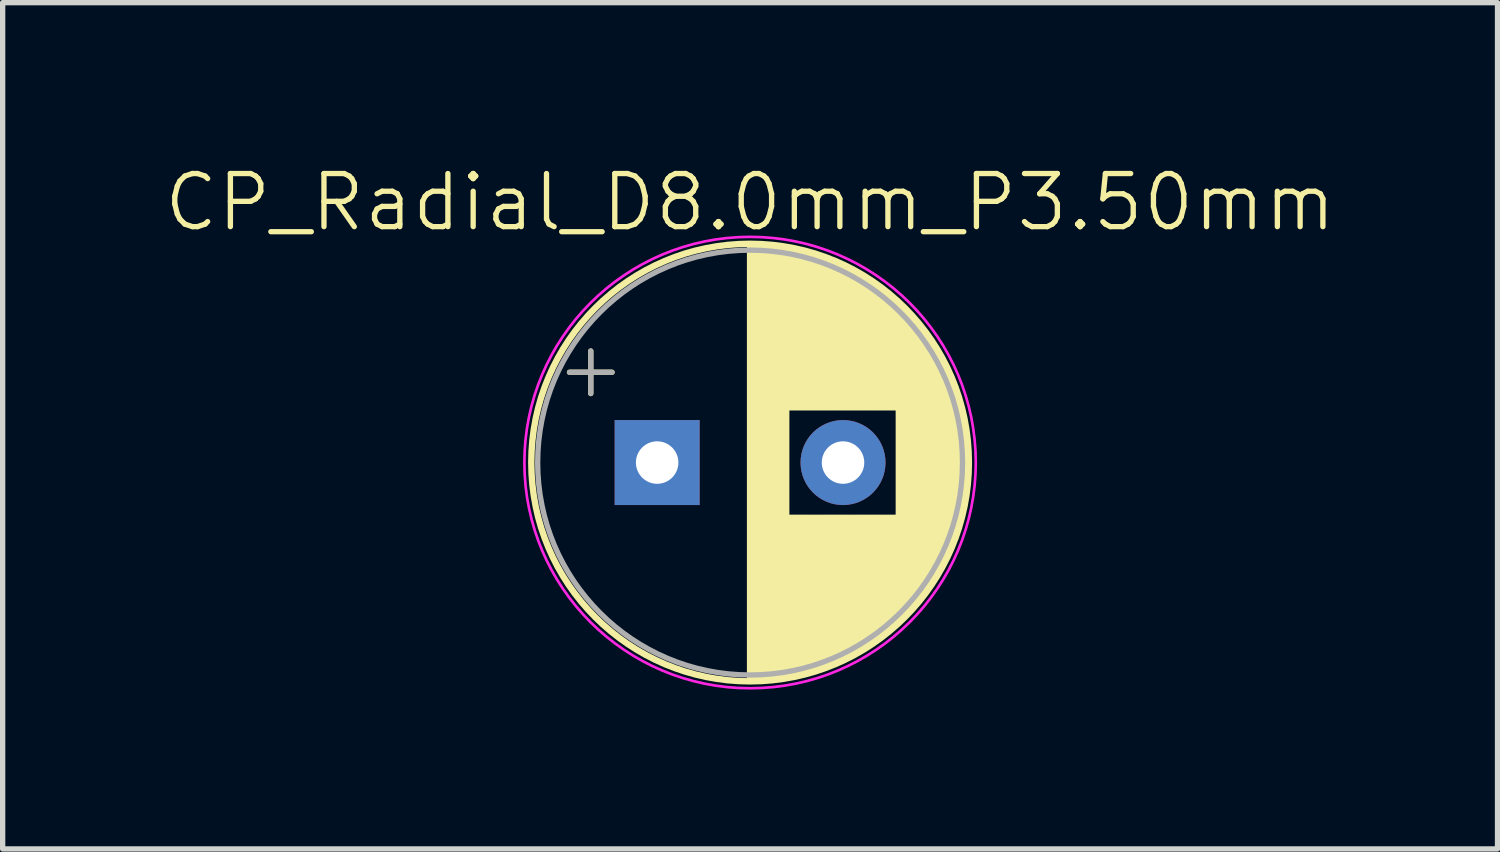
<source format=kicad_pcb>
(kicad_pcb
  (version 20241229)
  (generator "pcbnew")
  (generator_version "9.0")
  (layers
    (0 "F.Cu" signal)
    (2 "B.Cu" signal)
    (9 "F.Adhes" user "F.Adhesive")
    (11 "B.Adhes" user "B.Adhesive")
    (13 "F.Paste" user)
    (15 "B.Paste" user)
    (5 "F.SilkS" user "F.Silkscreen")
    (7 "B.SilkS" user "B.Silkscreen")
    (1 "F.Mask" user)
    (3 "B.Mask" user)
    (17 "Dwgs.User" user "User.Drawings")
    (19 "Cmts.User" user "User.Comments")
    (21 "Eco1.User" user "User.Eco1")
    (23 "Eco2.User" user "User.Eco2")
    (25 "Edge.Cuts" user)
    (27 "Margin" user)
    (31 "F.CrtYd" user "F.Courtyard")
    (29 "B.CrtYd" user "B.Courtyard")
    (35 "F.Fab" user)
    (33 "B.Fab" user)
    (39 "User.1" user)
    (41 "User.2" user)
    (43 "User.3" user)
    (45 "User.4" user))
  (footprint "CP_Radial_D8.0mm_P3.50mm"
    (layer "F.Cu")
    (at 11.074 5.66)
    (property "Reference" "CP_Radial_D8.0mm_P3.50mm" (at 0 -4.9 0) (layer "F.SilkS") (effects (font (size 1 1) (thickness 0.1))))
    (attr through_hole)
    (fp_line (start -3.4 -1.7) (end -2.6 -1.7) (stroke (width 0.1) (type solid)) (layer "F.SilkS"))
    (fp_line (start -3 -2.1) (end -3 -1.3) (stroke (width 0.1) (type solid)) (layer "F.SilkS"))
    (fp_line (start 0 -4.08) (end 0 4.08) (stroke (width 0.12) (type solid)) (layer "F.SilkS"))
    (fp_line (start 0.04 -4.08) (end 0.04 4.08) (stroke (width 0.12) (type solid)) (layer "F.SilkS"))
    (fp_line (start 0.08 -4.08) (end 0.08 4.08) (stroke (width 0.12) (type solid)) (layer "F.SilkS"))
    (fp_line (start 0.12 -4.079) (end 0.12 4.079) (stroke (width 0.12) (type solid)) (layer "F.SilkS"))
    (fp_line (start 0.16 -4.077) (end 0.16 4.077) (stroke (width 0.12) (type solid)) (layer "F.SilkS"))
    (fp_line (start 0.2 -4.076) (end 0.2 4.076) (stroke (width 0.12) (type solid)) (layer "F.SilkS"))
    (fp_line (start 0.24 -4.074) (end 0.24 4.074) (stroke (width 0.12) (type solid)) (layer "F.SilkS"))
    (fp_line (start 0.28 -4.071) (end 0.28 4.071) (stroke (width 0.12) (type solid)) (layer "F.SilkS"))
    (fp_line (start 0.32 -4.068) (end 0.32 4.068) (stroke (width 0.12) (type solid)) (layer "F.SilkS"))
    (fp_line (start 0.36 -4.065) (end 0.36 4.065) (stroke (width 0.12) (type solid)) (layer "F.SilkS"))
    (fp_line (start 0.4 -4.061) (end 0.4 4.061) (stroke (width 0.12) (type solid)) (layer "F.SilkS"))
    (fp_line (start 0.44 -4.057) (end 0.44 4.057) (stroke (width 0.12) (type solid)) (layer "F.SilkS"))
    (fp_line (start 0.48 -4.052) (end 0.48 4.052) (stroke (width 0.12) (type solid)) (layer "F.SilkS"))
    (fp_line (start 0.52 -4.048) (end 0.52 4.048) (stroke (width 0.12) (type solid)) (layer "F.SilkS"))
    (fp_line (start 0.56 -4.042) (end 0.56 4.042) (stroke (width 0.12) (type solid)) (layer "F.SilkS"))
    (fp_line (start 0.6 -4.037) (end 0.6 4.037) (stroke (width 0.12) (type solid)) (layer "F.SilkS"))
    (fp_line (start 0.64 -4.03) (end 0.64 4.03) (stroke (width 0.12) (type solid)) (layer "F.SilkS"))
    (fp_line (start 0.68 -4.024) (end 0.68 4.024) (stroke (width 0.12) (type solid)) (layer "F.SilkS"))
    (fp_line (start 0.721 -4.017) (end 0.721 -1.04) (stroke (width 0.12) (type solid)) (layer "F.SilkS"))
    (fp_line (start 0.721 1.04) (end 0.721 4.017) (stroke (width 0.12) (type solid)) (layer "F.SilkS"))
    (fp_line (start 0.761 -4.01) (end 0.761 -1.04) (stroke (width 0.12) (type solid)) (layer "F.SilkS"))
    (fp_line (start 0.761 1.04) (end 0.761 4.01) (stroke (width 0.12) (type solid)) (layer "F.SilkS"))
    (fp_line (start 0.801 -4.002) (end 0.801 -1.04) (stroke (width 0.12) (type solid)) (layer "F.SilkS"))
    (fp_line (start 0.801 1.04) (end 0.801 4.002) (stroke (width 0.12) (type solid)) (layer "F.SilkS"))
    (fp_line (start 0.841 -3.994) (end 0.841 -1.04) (stroke (width 0.12) (type solid)) (layer "F.SilkS"))
    (fp_line (start 0.841 1.04) (end 0.841 3.994) (stroke (width 0.12) (type solid)) (layer "F.SilkS"))
    (fp_line (start 0.881 -3.985) (end 0.881 -1.04) (stroke (width 0.12) (type solid)) (layer "F.SilkS"))
    (fp_line (start 0.881 1.04) (end 0.881 3.985) (stroke (width 0.12) (type solid)) (layer "F.SilkS"))
    (fp_line (start 0.921 -3.976) (end 0.921 -1.04) (stroke (width 0.12) (type solid)) (layer "F.SilkS"))
    (fp_line (start 0.921 1.04) (end 0.921 3.976) (stroke (width 0.12) (type solid)) (layer "F.SilkS"))
    (fp_line (start 0.961 -3.967) (end 0.961 -1.04) (stroke (width 0.12) (type solid)) (layer "F.SilkS"))
    (fp_line (start 0.961 1.04) (end 0.961 3.967) (stroke (width 0.12) (type solid)) (layer "F.SilkS"))
    (fp_line (start 1.001 -3.957) (end 1.001 -1.04) (stroke (width 0.12) (type solid)) (layer "F.SilkS"))
    (fp_line (start 1.001 1.04) (end 1.001 3.957) (stroke (width 0.12) (type solid)) (layer "F.SilkS"))
    (fp_line (start 1.041 -3.947) (end 1.041 -1.04) (stroke (width 0.12) (type solid)) (layer "F.SilkS"))
    (fp_line (start 1.041 1.04) (end 1.041 3.947) (stroke (width 0.12) (type solid)) (layer "F.SilkS"))
    (fp_line (start 1.081 -3.936) (end 1.081 -1.04) (stroke (width 0.12) (type solid)) (layer "F.SilkS"))
    (fp_line (start 1.081 1.04) (end 1.081 3.936) (stroke (width 0.12) (type solid)) (layer "F.SilkS"))
    (fp_line (start 1.121 -3.925) (end 1.121 -1.04) (stroke (width 0.12) (type solid)) (layer "F.SilkS"))
    (fp_line (start 1.121 1.04) (end 1.121 3.925) (stroke (width 0.12) (type solid)) (layer "F.SilkS"))
    (fp_line (start 1.161 -3.914) (end 1.161 -1.04) (stroke (width 0.12) (type solid)) (layer "F.SilkS"))
    (fp_line (start 1.161 1.04) (end 1.161 3.914) (stroke (width 0.12) (type solid)) (layer "F.SilkS"))
    (fp_line (start 1.201 -3.902) (end 1.201 -1.04) (stroke (width 0.12) (type solid)) (layer "F.SilkS"))
    (fp_line (start 1.201 1.04) (end 1.201 3.902) (stroke (width 0.12) (type solid)) (layer "F.SilkS"))
    (fp_line (start 1.241 -3.889) (end 1.241 -1.04) (stroke (width 0.12) (type solid)) (layer "F.SilkS"))
    (fp_line (start 1.241 1.04) (end 1.241 3.889) (stroke (width 0.12) (type solid)) (layer "F.SilkS"))
    (fp_line (start 1.281 -3.877) (end 1.281 -1.04) (stroke (width 0.12) (type solid)) (layer "F.SilkS"))
    (fp_line (start 1.281 1.04) (end 1.281 3.877) (stroke (width 0.12) (type solid)) (layer "F.SilkS"))
    (fp_line (start 1.321 -3.863) (end 1.321 -1.04) (stroke (width 0.12) (type solid)) (layer "F.SilkS"))
    (fp_line (start 1.321 1.04) (end 1.321 3.863) (stroke (width 0.12) (type solid)) (layer "F.SilkS"))
    (fp_line (start 1.361 -3.85) (end 1.361 -1.04) (stroke (width 0.12) (type solid)) (layer "F.SilkS"))
    (fp_line (start 1.361 1.04) (end 1.361 3.85) (stroke (width 0.12) (type solid)) (layer "F.SilkS"))
    (fp_line (start 1.401 -3.835) (end 1.401 -1.04) (stroke (width 0.12) (type solid)) (layer "F.SilkS"))
    (fp_line (start 1.401 1.04) (end 1.401 3.835) (stroke (width 0.12) (type solid)) (layer "F.SilkS"))
    (fp_line (start 1.441 -3.821) (end 1.441 -1.04) (stroke (width 0.12) (type solid)) (layer "F.SilkS"))
    (fp_line (start 1.441 1.04) (end 1.441 3.821) (stroke (width 0.12) (type solid)) (layer "F.SilkS"))
    (fp_line (start 1.481 -3.805) (end 1.481 -1.04) (stroke (width 0.12) (type solid)) (layer "F.SilkS"))
    (fp_line (start 1.481 1.04) (end 1.481 3.805) (stroke (width 0.12) (type solid)) (layer "F.SilkS"))
    (fp_line (start 1.521 -3.79) (end 1.521 -1.04) (stroke (width 0.12) (type solid)) (layer "F.SilkS"))
    (fp_line (start 1.521 1.04) (end 1.521 3.79) (stroke (width 0.12) (type solid)) (layer "F.SilkS"))
    (fp_line (start 1.561 -3.774) (end 1.561 -1.04) (stroke (width 0.12) (type solid)) (layer "F.SilkS"))
    (fp_line (start 1.561 1.04) (end 1.561 3.774) (stroke (width 0.12) (type solid)) (layer "F.SilkS"))
    (fp_line (start 1.601 -3.757) (end 1.601 -1.04) (stroke (width 0.12) (type solid)) (layer "F.SilkS"))
    (fp_line (start 1.601 1.04) (end 1.601 3.757) (stroke (width 0.12) (type solid)) (layer "F.SilkS"))
    (fp_line (start 1.641 -3.74) (end 1.641 -1.04) (stroke (width 0.12) (type solid)) (layer "F.SilkS"))
    (fp_line (start 1.641 1.04) (end 1.641 3.74) (stroke (width 0.12) (type solid)) (layer "F.SilkS"))
    (fp_line (start 1.681 -3.722) (end 1.681 -1.04) (stroke (width 0.12) (type solid)) (layer "F.SilkS"))
    (fp_line (start 1.681 1.04) (end 1.681 3.722) (stroke (width 0.12) (type solid)) (layer "F.SilkS"))
    (fp_line (start 1.721 -3.704) (end 1.721 -1.04) (stroke (width 0.12) (type solid)) (layer "F.SilkS"))
    (fp_line (start 1.721 1.04) (end 1.721 3.704) (stroke (width 0.12) (type solid)) (layer "F.SilkS"))
    (fp_line (start 1.761 -3.686) (end 1.761 -1.04) (stroke (width 0.12) (type solid)) (layer "F.SilkS"))
    (fp_line (start 1.761 1.04) (end 1.761 3.686) (stroke (width 0.12) (type solid)) (layer "F.SilkS"))
    (fp_line (start 1.801 -3.666) (end 1.801 -1.04) (stroke (width 0.12) (type solid)) (layer "F.SilkS"))
    (fp_line (start 1.801 1.04) (end 1.801 3.666) (stroke (width 0.12) (type solid)) (layer "F.SilkS"))
    (fp_line (start 1.841 -3.647) (end 1.841 -1.04) (stroke (width 0.12) (type solid)) (layer "F.SilkS"))
    (fp_line (start 1.841 1.04) (end 1.841 3.647) (stroke (width 0.12) (type solid)) (layer "F.SilkS"))
    (fp_line (start 1.881 -3.627) (end 1.881 -1.04) (stroke (width 0.12) (type solid)) (layer "F.SilkS"))
    (fp_line (start 1.881 1.04) (end 1.881 3.627) (stroke (width 0.12) (type solid)) (layer "F.SilkS"))
    (fp_line (start 1.921 -3.606) (end 1.921 -1.04) (stroke (width 0.12) (type solid)) (layer "F.SilkS"))
    (fp_line (start 1.921 1.04) (end 1.921 3.606) (stroke (width 0.12) (type solid)) (layer "F.SilkS"))
    (fp_line (start 1.961 -3.584) (end 1.961 -1.04) (stroke (width 0.12) (type solid)) (layer "F.SilkS"))
    (fp_line (start 1.961 1.04) (end 1.961 3.584) (stroke (width 0.12) (type solid)) (layer "F.SilkS"))
    (fp_line (start 2.001 -3.562) (end 2.001 -1.04) (stroke (width 0.12) (type solid)) (layer "F.SilkS"))
    (fp_line (start 2.001 1.04) (end 2.001 3.562) (stroke (width 0.12) (type solid)) (layer "F.SilkS"))
    (fp_line (start 2.041 -3.54) (end 2.041 -1.04) (stroke (width 0.12) (type solid)) (layer "F.SilkS"))
    (fp_line (start 2.041 1.04) (end 2.041 3.54) (stroke (width 0.12) (type solid)) (layer "F.SilkS"))
    (fp_line (start 2.081 -3.517) (end 2.081 -1.04) (stroke (width 0.12) (type solid)) (layer "F.SilkS"))
    (fp_line (start 2.081 1.04) (end 2.081 3.517) (stroke (width 0.12) (type solid)) (layer "F.SilkS"))
    (fp_line (start 2.121 -3.493) (end 2.121 -1.04) (stroke (width 0.12) (type solid)) (layer "F.SilkS"))
    (fp_line (start 2.121 1.04) (end 2.121 3.493) (stroke (width 0.12) (type solid)) (layer "F.SilkS"))
    (fp_line (start 2.161 -3.469) (end 2.161 -1.04) (stroke (width 0.12) (type solid)) (layer "F.SilkS"))
    (fp_line (start 2.161 1.04) (end 2.161 3.469) (stroke (width 0.12) (type solid)) (layer "F.SilkS"))
    (fp_line (start 2.201 -3.444) (end 2.201 -1.04) (stroke (width 0.12) (type solid)) (layer "F.SilkS"))
    (fp_line (start 2.201 1.04) (end 2.201 3.444) (stroke (width 0.12) (type solid)) (layer "F.SilkS"))
    (fp_line (start 2.241 -3.418) (end 2.241 -1.04) (stroke (width 0.12) (type solid)) (layer "F.SilkS"))
    (fp_line (start 2.241 1.04) (end 2.241 3.418) (stroke (width 0.12) (type solid)) (layer "F.SilkS"))
    (fp_line (start 2.281 -3.392) (end 2.281 -1.04) (stroke (width 0.12) (type solid)) (layer "F.SilkS"))
    (fp_line (start 2.281 1.04) (end 2.281 3.392) (stroke (width 0.12) (type solid)) (layer "F.SilkS"))
    (fp_line (start 2.321 -3.365) (end 2.321 -1.04) (stroke (width 0.12) (type solid)) (layer "F.SilkS"))
    (fp_line (start 2.321 1.04) (end 2.321 3.365) (stroke (width 0.12) (type solid)) (layer "F.SilkS"))
    (fp_line (start 2.361 -3.338) (end 2.361 -1.04) (stroke (width 0.12) (type solid)) (layer "F.SilkS"))
    (fp_line (start 2.361 1.04) (end 2.361 3.338) (stroke (width 0.12) (type solid)) (layer "F.SilkS"))
    (fp_line (start 2.401 -3.309) (end 2.401 -1.04) (stroke (width 0.12) (type solid)) (layer "F.SilkS"))
    (fp_line (start 2.401 1.04) (end 2.401 3.309) (stroke (width 0.12) (type solid)) (layer "F.SilkS"))
    (fp_line (start 2.441 -3.28) (end 2.441 -1.04) (stroke (width 0.12) (type solid)) (layer "F.SilkS"))
    (fp_line (start 2.441 1.04) (end 2.441 3.28) (stroke (width 0.12) (type solid)) (layer "F.SilkS"))
    (fp_line (start 2.481 -3.25) (end 2.481 -1.04) (stroke (width 0.12) (type solid)) (layer "F.SilkS"))
    (fp_line (start 2.481 1.04) (end 2.481 3.25) (stroke (width 0.12) (type solid)) (layer "F.SilkS"))
    (fp_line (start 2.521 -3.22) (end 2.521 -1.04) (stroke (width 0.12) (type solid)) (layer "F.SilkS"))
    (fp_line (start 2.521 1.04) (end 2.521 3.22) (stroke (width 0.12) (type solid)) (layer "F.SilkS"))
    (fp_line (start 2.561 -3.189) (end 2.561 -1.04) (stroke (width 0.12) (type solid)) (layer "F.SilkS"))
    (fp_line (start 2.561 1.04) (end 2.561 3.189) (stroke (width 0.12) (type solid)) (layer "F.SilkS"))
    (fp_line (start 2.601 -3.156) (end 2.601 -1.04) (stroke (width 0.12) (type solid)) (layer "F.SilkS"))
    (fp_line (start 2.601 1.04) (end 2.601 3.156) (stroke (width 0.12) (type solid)) (layer "F.SilkS"))
    (fp_line (start 2.641 -3.124) (end 2.641 -1.04) (stroke (width 0.12) (type solid)) (layer "F.SilkS"))
    (fp_line (start 2.641 1.04) (end 2.641 3.124) (stroke (width 0.12) (type solid)) (layer "F.SilkS"))
    (fp_line (start 2.681 -3.09) (end 2.681 -1.04) (stroke (width 0.12) (type solid)) (layer "F.SilkS"))
    (fp_line (start 2.681 1.04) (end 2.681 3.09) (stroke (width 0.12) (type solid)) (layer "F.SilkS"))
    (fp_line (start 2.721 -3.055) (end 2.721 -1.04) (stroke (width 0.12) (type solid)) (layer "F.SilkS"))
    (fp_line (start 2.721 1.04) (end 2.721 3.055) (stroke (width 0.12) (type solid)) (layer "F.SilkS"))
    (fp_line (start 2.761 -3.019) (end 2.761 -1.04) (stroke (width 0.12) (type solid)) (layer "F.SilkS"))
    (fp_line (start 2.761 1.04) (end 2.761 3.019) (stroke (width 0.12) (type solid)) (layer "F.SilkS"))
    (fp_line (start 2.801 -2.983) (end 2.801 2.983) (stroke (width 0.12) (type solid)) (layer "F.SilkS"))
    (fp_line (start 2.841 -2.945) (end 2.841 2.945) (stroke (width 0.12) (type solid)) (layer "F.SilkS"))
    (fp_line (start 2.881 -2.907) (end 2.881 2.907) (stroke (width 0.12) (type solid)) (layer "F.SilkS"))
    (fp_line (start 2.921 -2.867) (end 2.921 2.867) (stroke (width 0.12) (type solid)) (layer "F.SilkS"))
    (fp_line (start 2.961 -2.826) (end 2.961 2.826) (stroke (width 0.12) (type solid)) (layer "F.SilkS"))
    (fp_line (start 3.001 -2.784) (end 3.001 2.784) (stroke (width 0.12) (type solid)) (layer "F.SilkS"))
    (fp_line (start 3.041 -2.741) (end 3.041 2.741) (stroke (width 0.12) (type solid)) (layer "F.SilkS"))
    (fp_line (start 3.081 -2.697) (end 3.081 2.697) (stroke (width 0.12) (type solid)) (layer "F.SilkS"))
    (fp_line (start 3.121 -2.651) (end 3.121 2.651) (stroke (width 0.12) (type solid)) (layer "F.SilkS"))
    (fp_line (start 3.161 -2.604) (end 3.161 2.604) (stroke (width 0.12) (type solid)) (layer "F.SilkS"))
    (fp_line (start 3.201 -2.556) (end 3.201 2.556) (stroke (width 0.12) (type solid)) (layer "F.SilkS"))
    (fp_line (start 3.241 -2.505) (end 3.241 2.505) (stroke (width 0.12) (type solid)) (layer "F.SilkS"))
    (fp_line (start 3.281 -2.454) (end 3.281 2.454) (stroke (width 0.12) (type solid)) (layer "F.SilkS"))
    (fp_line (start 3.321 -2.4) (end 3.321 2.4) (stroke (width 0.12) (type solid)) (layer "F.SilkS"))
    (fp_line (start 3.361 -2.345) (end 3.361 2.345) (stroke (width 0.12) (type solid)) (layer "F.SilkS"))
    (fp_line (start 3.401 -2.287) (end 3.401 2.287) (stroke (width 0.12) (type solid)) (layer "F.SilkS"))
    (fp_line (start 3.441 -2.228) (end 3.441 2.228) (stroke (width 0.12) (type solid)) (layer "F.SilkS"))
    (fp_line (start 3.481 -2.166) (end 3.481 2.166) (stroke (width 0.12) (type solid)) (layer "F.SilkS"))
    (fp_line (start 3.521 -2.102) (end 3.521 2.102) (stroke (width 0.12) (type solid)) (layer "F.SilkS"))
    (fp_line (start 3.561 -2.034) (end 3.561 2.034) (stroke (width 0.12) (type solid)) (layer "F.SilkS"))
    (fp_line (start 3.601 -1.964) (end 3.601 1.964) (stroke (width 0.12) (type solid)) (layer "F.SilkS"))
    (fp_line (start 3.641 -1.89) (end 3.641 1.89) (stroke (width 0.12) (type solid)) (layer "F.SilkS"))
    (fp_line (start 3.681 -1.813) (end 3.681 1.813) (stroke (width 0.12) (type solid)) (layer "F.SilkS"))
    (fp_line (start 3.721 -1.731) (end 3.721 1.731) (stroke (width 0.12) (type solid)) (layer "F.SilkS"))
    (fp_line (start 3.761 -1.645) (end 3.761 1.645) (stroke (width 0.12) (type solid)) (layer "F.SilkS"))
    (fp_line (start 3.801 -1.552) (end 3.801 1.552) (stroke (width 0.12) (type solid)) (layer "F.SilkS"))
    (fp_line (start 3.841 -1.453) (end 3.841 1.453) (stroke (width 0.12) (type solid)) (layer "F.SilkS"))
    (fp_line (start 3.881 -1.346) (end 3.881 1.346) (stroke (width 0.12) (type solid)) (layer "F.SilkS"))
    (fp_line (start 3.921 -1.229) (end 3.921 1.229) (stroke (width 0.12) (type solid)) (layer "F.SilkS"))
    (fp_line (start 3.961 -1.098) (end 3.961 1.098) (stroke (width 0.12) (type solid)) (layer "F.SilkS"))
    (fp_line (start 4.001 -0.948) (end 4.001 0.948) (stroke (width 0.12) (type solid)) (layer "F.SilkS"))
    (fp_line (start 4.041 -0.768) (end 4.041 0.768) (stroke (width 0.12) (type solid)) (layer "F.SilkS"))
    (fp_line (start 4.081 -0.533) (end 4.081 0.533) (stroke (width 0.12) (type solid)) (layer "F.SilkS"))
    (fp_circle (center 0 0) (end 4.12 0) (stroke (width 0.12) (type solid)) (fill no) (layer "F.SilkS"))
    (fp_circle (center 0 0) (end 4.25 0) (stroke (width 0.05) (type solid)) (fill no) (layer "F.CrtYd"))
    (fp_line (start -3.4 -1.7) (end -2.6 -1.7) (stroke (width 0.1) (type solid)) (layer "F.Fab"))
    (fp_line (start -3 -2.1) (end -3 -1.3) (stroke (width 0.1) (type solid)) (layer "F.Fab"))
    (fp_circle (center 0 0) (end 4 0) (stroke (width 0.1) (type solid)) (fill no) (layer "F.Fab"))
    (pad "1" thru_hole rect (at -1.75 0) (size 1.6 1.6) (drill 0.8) (layers "*.Cu" "*.Mask"))
    (pad "2" thru_hole circle (at 1.75 0) (size 1.6 1.6) (drill 0.8) (layers "*.Cu" "*.Mask")))
  (gr_rect
    (start -3 -3)
    (end 25.148 12.935)
    (stroke (width 0.1) (type default))
    (fill no)
    (layer "Edge.Cuts")))
</source>
